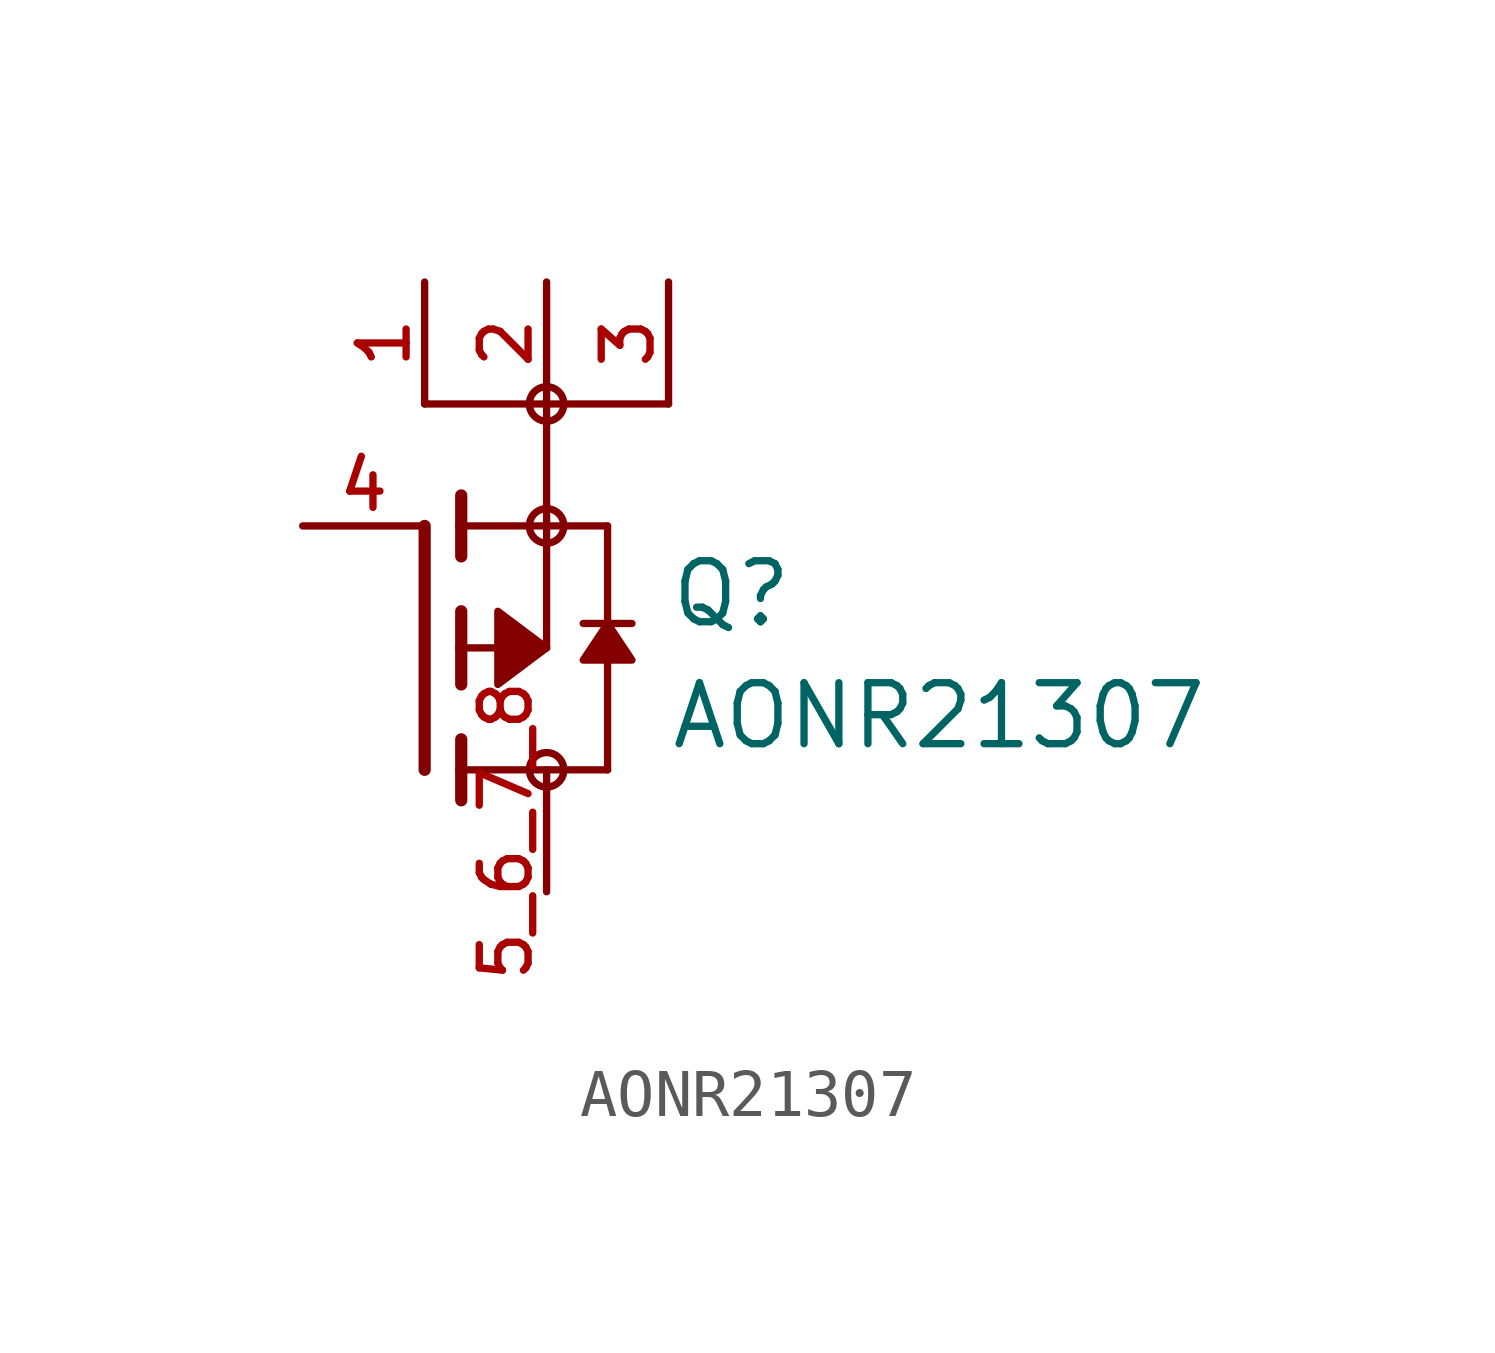
<source format=kicad_sym>
(kicad_symbol_lib
  (version 20211014)
  (generator kicad_symbol_editor)
  (symbol "AONR21307"
    (pin_names
      (offset 1.016))
    (property "Reference" "Q"
      (at 5.08 0.381 0)
      (effects (font (size 1.27 1.27)) (justify bottom left)))
    (property "Value" "AONR21307"
      (at 5.08 -2.159 0)
      (effects (font (size 1.27 1.27)) (justify bottom left)))
    (symbol "AONR21307_0_0"
      (polyline (pts (xy 0.762 -0.762) (xy 0.762 0.0)) (stroke (width 0.254)))
      (polyline (pts (xy 0.762 0.0) (xy 0.762 0.762)) (stroke (width 0.254)))
      (polyline (pts (xy 0.762 -3.175) (xy 0.762 -2.54)) (stroke (width 0.254)))
      (polyline (pts (xy 0.762 -2.54) (xy 0.762 -1.905)) (stroke (width 0.254)))
      (polyline (pts (xy 0.762 0.0) (xy 2.54 0.0)) (stroke (width 0.152)))
      (polyline (pts (xy 2.54 0.0) (xy 2.54 2.54)) (stroke (width 0.152)))
      (polyline (pts (xy 0.762 1.905) (xy 0.762 2.54)) (stroke (width 0.254)))
      (polyline (pts (xy 0.762 2.54) (xy 0.762 3.175)) (stroke (width 0.254)))
      (polyline (pts (xy 0.0 -2.54) (xy 0.0 2.54)) (stroke (width 0.254)))
      (polyline (pts (xy 2.54 2.54) (xy 0.762 2.54)) (stroke (width 0.152)))
      (polyline (pts (xy 3.81 -2.54) (xy 3.81 2.54)) (stroke (width 0.152)))
      (polyline (pts (xy 2.54 2.54) (xy 3.81 2.54)) (stroke (width 0.152)))
      (polyline (pts (xy 0.762 -2.54) (xy 3.81 -2.54)) (stroke (width 0.152)))
      (polyline (pts (xy 3.302 0.508) (xy 4.318 0.508)) (stroke (width 0.152)))
      (circle (center 2.54 2.54) (radius 0.359) (stroke (width 0.0)) (fill (type none)))
      (circle (center 2.54 -2.54) (radius 0.359) (stroke (width 0.0)) (fill (type none)))
      (polyline (pts (xy 3.81 0.508) (xy 4.318 -0.254) (xy 3.302 -0.254) (xy 3.81 0.508)) (stroke (width 0.152)) (fill (type outline)))
      (polyline (pts (xy 2.54 0.0) (xy 1.524 0.762) (xy 1.524 -0.762) (xy 2.54 0.0)) (stroke (width 0.152)) (fill (type outline)))
      (polyline (pts (xy 0.0 5.08) (xy 5.08 5.08)) (stroke (width 0.152)))
      (polyline (pts (xy 2.54 5.08) (xy 2.54 2.54)) (stroke (width 0.152)))
      (circle (center 2.54 5.08) (radius 0.359) (stroke (width 0.0)) (fill (type none)))
      (pin passive line (at 0.0 7.62 270.0) (length 2.54) (name "~" (effects (font (size 1.016 1.016)))) (number "1" (effects (font (size 1.016 1.016)))))
      (pin passive line (at -2.54 2.54 0) (length 2.54) (name "~" (effects (font (size 1.016 1.016)))) (number "4" (effects (font (size 1.016 1.016)))))
      (pin passive line (at 2.54 -5.08 90.0) (length 2.54) (name "~" (effects (font (size 1.016 1.016)))) (number "5_6_7_8" (effects (font (size 1.016 1.016)))))
      (pin passive line (at 2.54 7.62 270.0) (length 2.54) (name "~" (effects (font (size 1.016 1.016)))) (number "2" (effects (font (size 1.016 1.016)))))
      (pin passive line (at 5.08 7.62 270.0) (length 2.54) (name "~" (effects (font (size 1.016 1.016)))) (number "3" (effects (font (size 1.016 1.016))))))))
</source>
